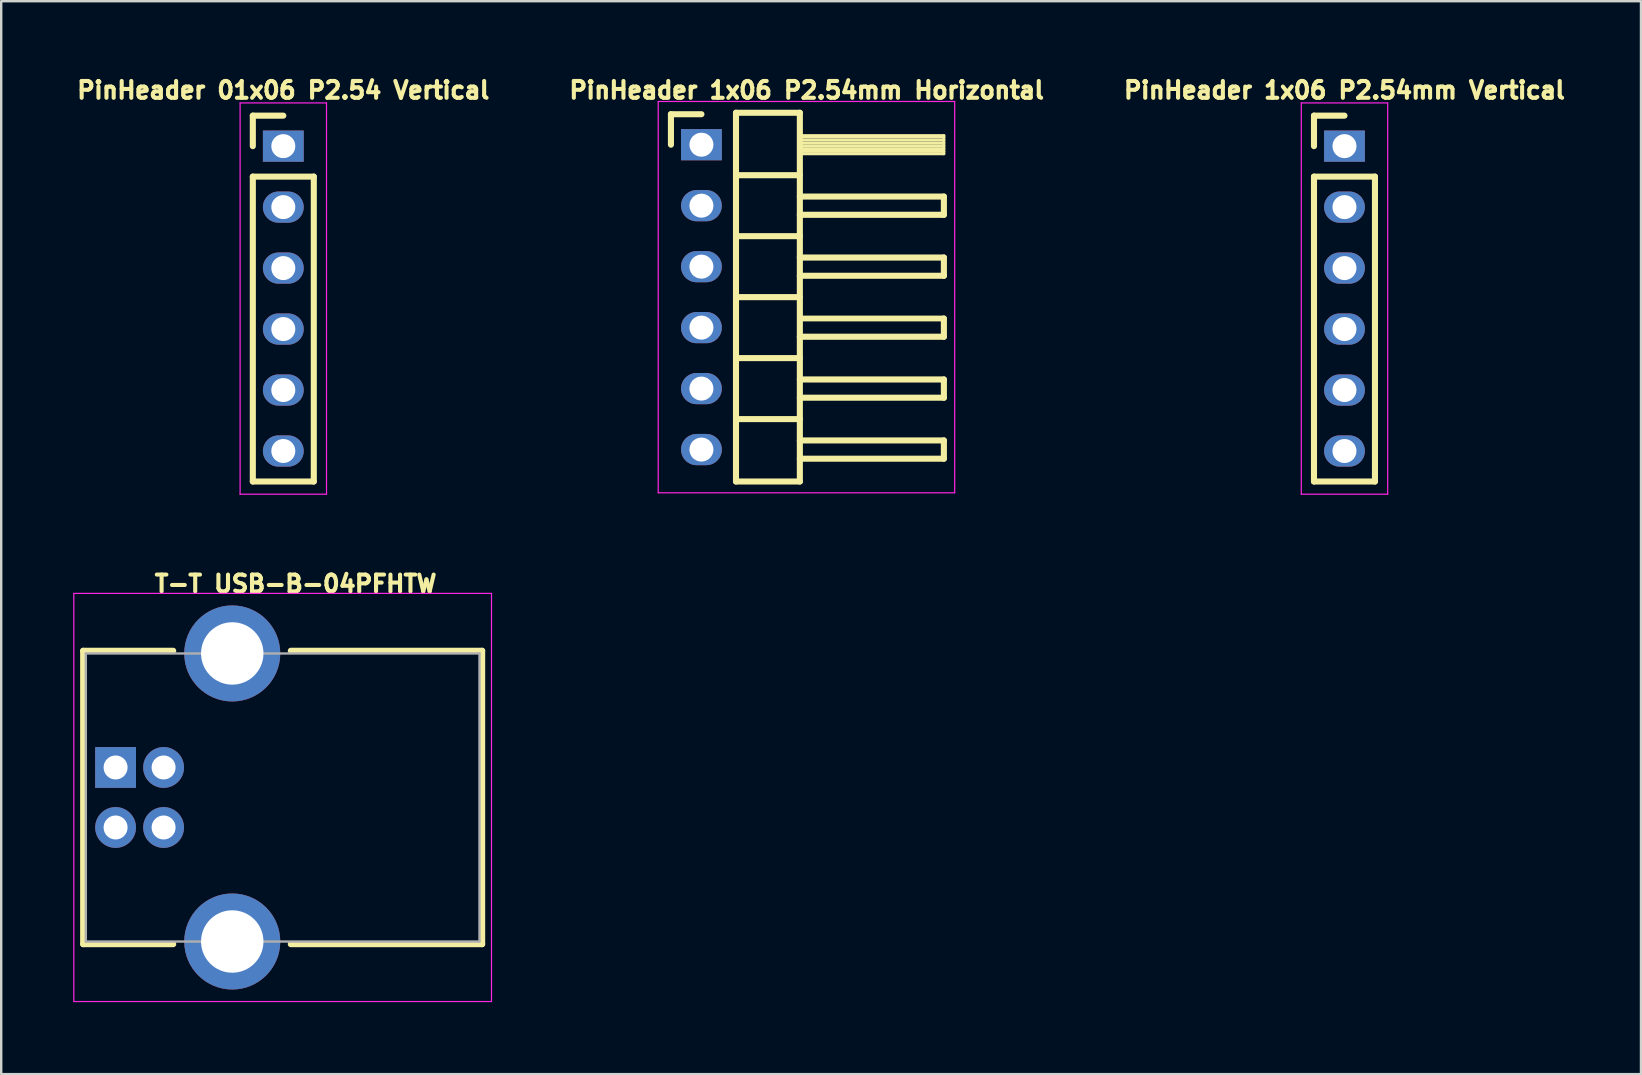
<source format=kicad_pcb>
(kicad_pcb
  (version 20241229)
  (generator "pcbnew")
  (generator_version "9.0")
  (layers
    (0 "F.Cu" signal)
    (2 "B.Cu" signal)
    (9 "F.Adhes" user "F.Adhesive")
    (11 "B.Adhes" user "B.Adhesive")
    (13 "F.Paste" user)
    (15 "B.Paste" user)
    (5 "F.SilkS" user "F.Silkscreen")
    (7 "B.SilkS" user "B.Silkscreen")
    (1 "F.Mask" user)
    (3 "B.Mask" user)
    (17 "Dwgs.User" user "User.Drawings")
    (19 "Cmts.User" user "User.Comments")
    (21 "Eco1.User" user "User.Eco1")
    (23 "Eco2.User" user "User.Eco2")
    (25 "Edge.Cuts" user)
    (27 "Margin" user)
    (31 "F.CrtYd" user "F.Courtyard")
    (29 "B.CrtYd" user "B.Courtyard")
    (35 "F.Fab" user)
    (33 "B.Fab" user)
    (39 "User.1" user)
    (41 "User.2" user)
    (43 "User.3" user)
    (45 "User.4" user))
  (footprint "T-T USB-B-04PFHTW"
    (layer "F.Cu")
    (at 8.725 30.171)
    (property "Reference" "T-T USB-B-04PFHTW" (at 0.54 -8.9 0) (layer "F.SilkS") (effects (font (size 0.7 0.7) (thickness 0.17))))
    (attr through_hole)
    (fp_line (start -8.31 -6.11) (end -4.56 -6.11) (stroke (width 0.254) (type solid)) (layer "F.SilkS"))
    (fp_line (start -8.31 6.11) (end -8.31 -6.11) (stroke (width 0.254) (type solid)) (layer "F.SilkS"))
    (fp_line (start -8.31 6.11) (end -4.56 6.11) (stroke (width 0.254) (type solid)) (layer "F.SilkS"))
    (fp_line (start 8.31 -6.11) (end 0.34 -6.11) (stroke (width 0.254) (type solid)) (layer "F.SilkS"))
    (fp_line (start 8.31 6.11) (end 0.34 6.11) (stroke (width 0.254) (type solid)) (layer "F.SilkS"))
    (fp_line (start 8.31 6.11) (end 8.31 -6.11) (stroke (width 0.254) (type solid)) (layer "F.SilkS"))
    (fp_line (start -0.3 0) (end 0.3 0) (stroke (width 0.256) (type solid)) (layer "Eco1.User"))
    (fp_line (start 0 -0.3) (end 0 0.3) (stroke (width 0.256) (type solid)) (layer "Eco1.User"))
    (fp_line (start -8.7 -8.5) (end -8.7 8.5) (stroke (width 0.05) (type solid)) (layer "F.CrtYd"))
    (fp_line (start -8.7 8.5) (end 8.7 8.5) (stroke (width 0.05) (type solid)) (layer "F.CrtYd"))
    (fp_line (start 8.7 -8.5) (end -8.7 -8.5) (stroke (width 0.05) (type solid)) (layer "F.CrtYd"))
    (fp_line (start 8.7 8.5) (end 8.7 -8.5) (stroke (width 0.05) (type solid)) (layer "F.CrtYd"))
    (fp_line (start -8.2 -6) (end 8.2 -6) (stroke (width 0.1) (type solid)) (layer "F.Fab"))
    (fp_line (start -8.2 6) (end -8.2 -6) (stroke (width 0.1) (type solid)) (layer "F.Fab"))
    (fp_line (start 8.2 -6) (end 8.2 6) (stroke (width 0.1) (type solid)) (layer "F.Fab"))
    (fp_line (start 8.2 6) (end -8.2 6) (stroke (width 0.1) (type solid)) (layer "F.Fab"))
    (pad "1" thru_hole rect (at -6.96 -1.25 90) (size 1.7 1.7) (drill 1) (layers "*.Cu" "*.Mask"))
    (pad "2" thru_hole circle (at -6.96 1.25 90) (size 1.7 1.7) (drill 1) (layers "*.Cu" "*.Mask"))
    (pad "3" thru_hole circle (at -4.96 1.25 90) (size 1.7 1.7) (drill 1) (layers "*.Cu" "*.Mask"))
    (pad "4" thru_hole circle (at -4.96 -1.25 90) (size 1.7 1.7) (drill 1) (layers "*.Cu" "*.Mask"))
    (pad "5" thru_hole circle (at -2.1 -6 90) (size 4 4) (drill 2.6) (layers "*.Cu" "*.Mask"))
    (pad "5" thru_hole circle (at -2.1 6 90) (size 4 4) (drill 2.6) (layers "*.Cu" "*.Mask")))
  (footprint "PinHeader 1x06 P2.54mm Horizontal"
    (layer "F.Cu")
    (at 26.17 9.328)
    (property "Reference" "PinHeader 1x06 P2.54mm Horizontal" (at 4.385 -8.62 0) (layer "F.SilkS") (effects (font (size 0.7 0.7) (thickness 0.17))))
    (attr through_hole)
    (fp_line (start -1.27 -7.62) (end 0 -7.62) (stroke (width 0.254) (type solid)) (layer "F.SilkS"))
    (fp_line (start -1.27 -6.35) (end -1.27 -7.62) (stroke (width 0.254) (type solid)) (layer "F.SilkS"))
    (fp_line (start 1.44 -7.68) (end 1.44 7.68) (stroke (width 0.254) (type solid)) (layer "F.SilkS"))
    (fp_line (start 1.44 -5.08) (end 4.1 -5.08) (stroke (width 0.254) (type solid)) (layer "F.SilkS"))
    (fp_line (start 1.44 -2.54) (end 4.1 -2.54) (stroke (width 0.254) (type solid)) (layer "F.SilkS"))
    (fp_line (start 1.44 0) (end 4.1 0) (stroke (width 0.254) (type solid)) (layer "F.SilkS"))
    (fp_line (start 1.44 2.54) (end 4.1 2.54) (stroke (width 0.254) (type solid)) (layer "F.SilkS"))
    (fp_line (start 1.44 5.08) (end 4.1 5.08) (stroke (width 0.254) (type solid)) (layer "F.SilkS"))
    (fp_line (start 1.44 7.68) (end 4.1 7.68) (stroke (width 0.254) (type solid)) (layer "F.SilkS"))
    (fp_line (start 4.1 -7.68) (end 1.44 -7.68) (stroke (width 0.254) (type solid)) (layer "F.SilkS"))
    (fp_line (start 4.1 -6.73) (end 10.1 -6.73) (stroke (width 0.12) (type solid)) (layer "F.SilkS"))
    (fp_line (start 4.1 -6.67) (end 10.1 -6.67) (stroke (width 0.12) (type solid)) (layer "F.SilkS"))
    (fp_line (start 4.1 -6.55) (end 10.1 -6.55) (stroke (width 0.12) (type solid)) (layer "F.SilkS"))
    (fp_line (start 4.1 -6.43) (end 10.1 -6.43) (stroke (width 0.12) (type solid)) (layer "F.SilkS"))
    (fp_line (start 4.1 -6.31) (end 10.1 -6.31) (stroke (width 0.12) (type solid)) (layer "F.SilkS"))
    (fp_line (start 4.1 -6.19) (end 10.1 -6.19) (stroke (width 0.12) (type solid)) (layer "F.SilkS"))
    (fp_line (start 4.1 -6.07) (end 10.1 -6.07) (stroke (width 0.12) (type solid)) (layer "F.SilkS"))
    (fp_line (start 4.1 -4.19) (end 10.1 -4.19) (stroke (width 0.254) (type solid)) (layer "F.SilkS"))
    (fp_line (start 4.1 -1.65) (end 10.1 -1.65) (stroke (width 0.254) (type solid)) (layer "F.SilkS"))
    (fp_line (start 4.1 0.89) (end 10.1 0.89) (stroke (width 0.24) (type solid)) (layer "F.SilkS"))
    (fp_line (start 4.1 3.43) (end 10.1 3.43) (stroke (width 0.254) (type solid)) (layer "F.SilkS"))
    (fp_line (start 4.1 5.97) (end 10.1 5.97) (stroke (width 0.254) (type solid)) (layer "F.SilkS"))
    (fp_line (start 4.1 7.68) (end 4.1 -7.68) (stroke (width 0.254) (type solid)) (layer "F.SilkS"))
    (fp_line (start 10.1 -6.73) (end 10.1 -5.97) (stroke (width 0.12) (type solid)) (layer "F.SilkS"))
    (fp_line (start 10.1 -5.97) (end 4.1 -5.97) (stroke (width 0.12) (type solid)) (layer "F.SilkS"))
    (fp_line (start 10.1 -4.19) (end 10.1 -3.43) (stroke (width 0.254) (type solid)) (layer "F.SilkS"))
    (fp_line (start 10.1 -3.43) (end 4.1 -3.43) (stroke (width 0.254) (type solid)) (layer "F.SilkS"))
    (fp_line (start 10.1 -1.65) (end 10.1 -0.89) (stroke (width 0.254) (type solid)) (layer "F.SilkS"))
    (fp_line (start 10.1 -0.89) (end 4.1 -0.89) (stroke (width 0.254) (type solid)) (layer "F.SilkS"))
    (fp_line (start 10.1 0.89) (end 10.1 1.65) (stroke (width 0.254) (type solid)) (layer "F.SilkS"))
    (fp_line (start 10.1 1.65) (end 4.1 1.65) (stroke (width 0.254) (type solid)) (layer "F.SilkS"))
    (fp_line (start 10.1 3.43) (end 10.1 4.19) (stroke (width 0.254) (type solid)) (layer "F.SilkS"))
    (fp_line (start 10.1 4.19) (end 4.1 4.19) (stroke (width 0.254) (type solid)) (layer "F.SilkS"))
    (fp_line (start 10.1 5.97) (end 10.1 6.73) (stroke (width 0.254) (type solid)) (layer "F.SilkS"))
    (fp_line (start 10.1 6.73) (end 4.1 6.73) (stroke (width 0.254) (type solid)) (layer "F.SilkS"))
    (fp_line (start -1.27 0) (end 1.27 0) (stroke (width 0.254) (type solid)) (layer "Eco1.User"))
    (fp_line (start 0 -1.27) (end 0 1.27) (stroke (width 0.254) (type solid)) (layer "Eco1.User"))
    (fp_line (start -1.8 -8.15) (end -1.8 8.15) (stroke (width 0.05) (type solid)) (layer "F.CrtYd"))
    (fp_line (start -1.8 8.15) (end 10.55 8.15) (stroke (width 0.05) (type solid)) (layer "F.CrtYd"))
    (fp_line (start 10.55 -8.15) (end -1.8 -8.15) (stroke (width 0.05) (type solid)) (layer "F.CrtYd"))
    (fp_line (start 10.55 8.15) (end 10.55 -8.15) (stroke (width 0.05) (type solid)) (layer "F.CrtYd"))
    (fp_line (start -0.32 -6.67) (end -0.32 -6.03) (stroke (width 0.1) (type solid)) (layer "F.Fab"))
    (fp_line (start -0.32 -4.13) (end -0.32 -3.49) (stroke (width 0.1) (type solid)) (layer "F.Fab"))
    (fp_line (start -0.32 -1.59) (end -0.32 -0.95) (stroke (width 0.1) (type solid)) (layer "F.Fab"))
    (fp_line (start -0.32 0.95) (end -0.32 1.59) (stroke (width 0.1) (type solid)) (layer "F.Fab"))
    (fp_line (start -0.32 3.49) (end -0.32 4.13) (stroke (width 0.1) (type solid)) (layer "F.Fab"))
    (fp_line (start -0.32 6.03) (end -0.32 6.67) (stroke (width 0.1) (type solid)) (layer "F.Fab"))
    (pad "1" thru_hole rect (at 0 -6.35) (size 1.7 1.3) (drill 1) (layers "*.Cu" "*.Mask"))
    (pad "2" thru_hole oval (at 0 -3.81) (size 1.7 1.3) (drill 1) (layers "*.Cu" "*.Mask"))
    (pad "3" thru_hole oval (at 0 -1.27) (size 1.7 1.3) (drill 1) (layers "*.Cu" "*.Mask"))
    (pad "4" thru_hole oval (at 0 1.27) (size 1.7 1.3) (drill 1) (layers "*.Cu" "*.Mask"))
    (pad "5" thru_hole oval (at 0 3.81) (size 1.7 1.3) (drill 1) (layers "*.Cu" "*.Mask"))
    (pad "6" thru_hole oval (at 0 6.35) (size 1.7 1.3) (drill 1) (layers "*.Cu" "*.Mask")))
  (footprint "PinHeader 01x06 P2.54 Vertical"
    (layer "F.Cu")
    (at 8.752 9.388)
    (property "Reference" "PinHeader 01x06 P2.54 Vertical" (at 0 -8.68 0) (layer "F.SilkS") (effects (font (size 0.7 0.7) (thickness 0.17))))
    (attr through_hole)
    (fp_line (start -1.27 -7.62) (end 0 -7.62) (stroke (width 0.254) (type solid)) (layer "F.SilkS"))
    (fp_line (start -1.27 -6.35) (end -1.27 -7.62) (stroke (width 0.254) (type solid)) (layer "F.SilkS"))
    (fp_line (start -1.27 -5.08) (end -1.27 7.62) (stroke (width 0.254) (type solid)) (layer "F.SilkS"))
    (fp_line (start -1.27 -5.08) (end 1.27 -5.08) (stroke (width 0.254) (type solid)) (layer "F.SilkS"))
    (fp_line (start -1.27 7.62) (end 1.27 7.62) (stroke (width 0.254) (type solid)) (layer "F.SilkS"))
    (fp_line (start 1.27 -5.08) (end 1.27 7.62) (stroke (width 0.254) (type solid)) (layer "F.SilkS"))
    (fp_line (start -1.27 0) (end 1.27 0) (stroke (width 0.254) (type solid)) (layer "Eco1.User"))
    (fp_line (start 0 -1.27) (end 0 1.27) (stroke (width 0.254) (type solid)) (layer "Eco1.User"))
    (fp_line (start -1.8 -8.15) (end -1.8 8.15) (stroke (width 0.05) (type solid)) (layer "F.CrtYd"))
    (fp_line (start -1.8 8.15) (end 1.8 8.15) (stroke (width 0.05) (type solid)) (layer "F.CrtYd"))
    (fp_line (start 1.8 -8.15) (end -1.8 -8.15) (stroke (width 0.05) (type solid)) (layer "F.CrtYd"))
    (fp_line (start 1.8 8.15) (end 1.8 -8.15) (stroke (width 0.05) (type solid)) (layer "F.CrtYd"))
    (pad "1" thru_hole rect (at 0 -6.35) (size 1.7 1.3) (drill 1) (layers "*.Cu" "*.Mask"))
    (pad "2" thru_hole oval (at 0 -3.81) (size 1.7 1.3) (drill 1) (layers "*.Cu" "*.Mask"))
    (pad "3" thru_hole oval (at 0 -1.27) (size 1.7 1.3) (drill 1) (layers "*.Cu" "*.Mask"))
    (pad "4" thru_hole oval (at 0 1.27) (size 1.7 1.3) (drill 1) (layers "*.Cu" "*.Mask"))
    (pad "5" thru_hole oval (at 0 3.81) (size 1.7 1.3) (drill 1) (layers "*.Cu" "*.Mask"))
    (pad "6" thru_hole oval (at 0 6.35) (size 1.7 1.3) (drill 1) (layers "*.Cu" "*.Mask")))
  (footprint "PinHeader 1x06 P2.54mm Vertical"
    (layer "F.Cu")
    (at 52.958 9.388)
    (property "Reference" "PinHeader 1x06 P2.54mm Vertical" (at 0 -8.68 0) (layer "F.SilkS") (effects (font (size 0.7 0.7) (thickness 0.17))))
    (attr through_hole)
    (fp_line (start -1.27 -7.62) (end 0 -7.62) (stroke (width 0.254) (type solid)) (layer "F.SilkS"))
    (fp_line (start -1.27 -6.35) (end -1.27 -7.62) (stroke (width 0.254) (type solid)) (layer "F.SilkS"))
    (fp_line (start -1.27 -5.08) (end -1.27 7.62) (stroke (width 0.254) (type solid)) (layer "F.SilkS"))
    (fp_line (start -1.27 -5.08) (end 1.27 -5.08) (stroke (width 0.254) (type solid)) (layer "F.SilkS"))
    (fp_line (start -1.27 7.62) (end 1.27 7.62) (stroke (width 0.254) (type solid)) (layer "F.SilkS"))
    (fp_line (start 1.27 -5.08) (end 1.27 7.62) (stroke (width 0.254) (type solid)) (layer "F.SilkS"))
    (fp_line (start -1.27 0) (end 1.27 0) (stroke (width 0.254) (type solid)) (layer "Eco1.User"))
    (fp_line (start 0 -1.27) (end 0 1.27) (stroke (width 0.254) (type solid)) (layer "Eco1.User"))
    (fp_line (start -1.8 -8.15) (end -1.8 8.15) (stroke (width 0.05) (type solid)) (layer "F.CrtYd"))
    (fp_line (start -1.8 8.15) (end 1.8 8.15) (stroke (width 0.05) (type solid)) (layer "F.CrtYd"))
    (fp_line (start 1.8 -8.15) (end -1.8 -8.15) (stroke (width 0.05) (type solid)) (layer "F.CrtYd"))
    (fp_line (start 1.8 8.15) (end 1.8 -8.15) (stroke (width 0.05) (type solid)) (layer "F.CrtYd"))
    (pad "1" thru_hole rect (at 0 -6.35) (size 1.7 1.3) (drill 1) (layers "*.Cu" "*.Mask"))
    (pad "2" thru_hole oval (at 0 -3.81) (size 1.7 1.3) (drill 1) (layers "*.Cu" "*.Mask"))
    (pad "3" thru_hole oval (at 0 -1.27) (size 1.7 1.3) (drill 1) (layers "*.Cu" "*.Mask"))
    (pad "4" thru_hole oval (at 0 1.27) (size 1.7 1.3) (drill 1) (layers "*.Cu" "*.Mask"))
    (pad "5" thru_hole oval (at 0 3.81) (size 1.7 1.3) (drill 1) (layers "*.Cu" "*.Mask"))
    (pad "6" thru_hole oval (at 0 6.35) (size 1.7 1.3) (drill 1) (layers "*.Cu" "*.Mask")))
  (gr_rect
    (start -3 -3)
    (end 65.31 41.696)
    (stroke (width 0.1) (type default))
    (fill no)
    (layer "Edge.Cuts")))
</source>
